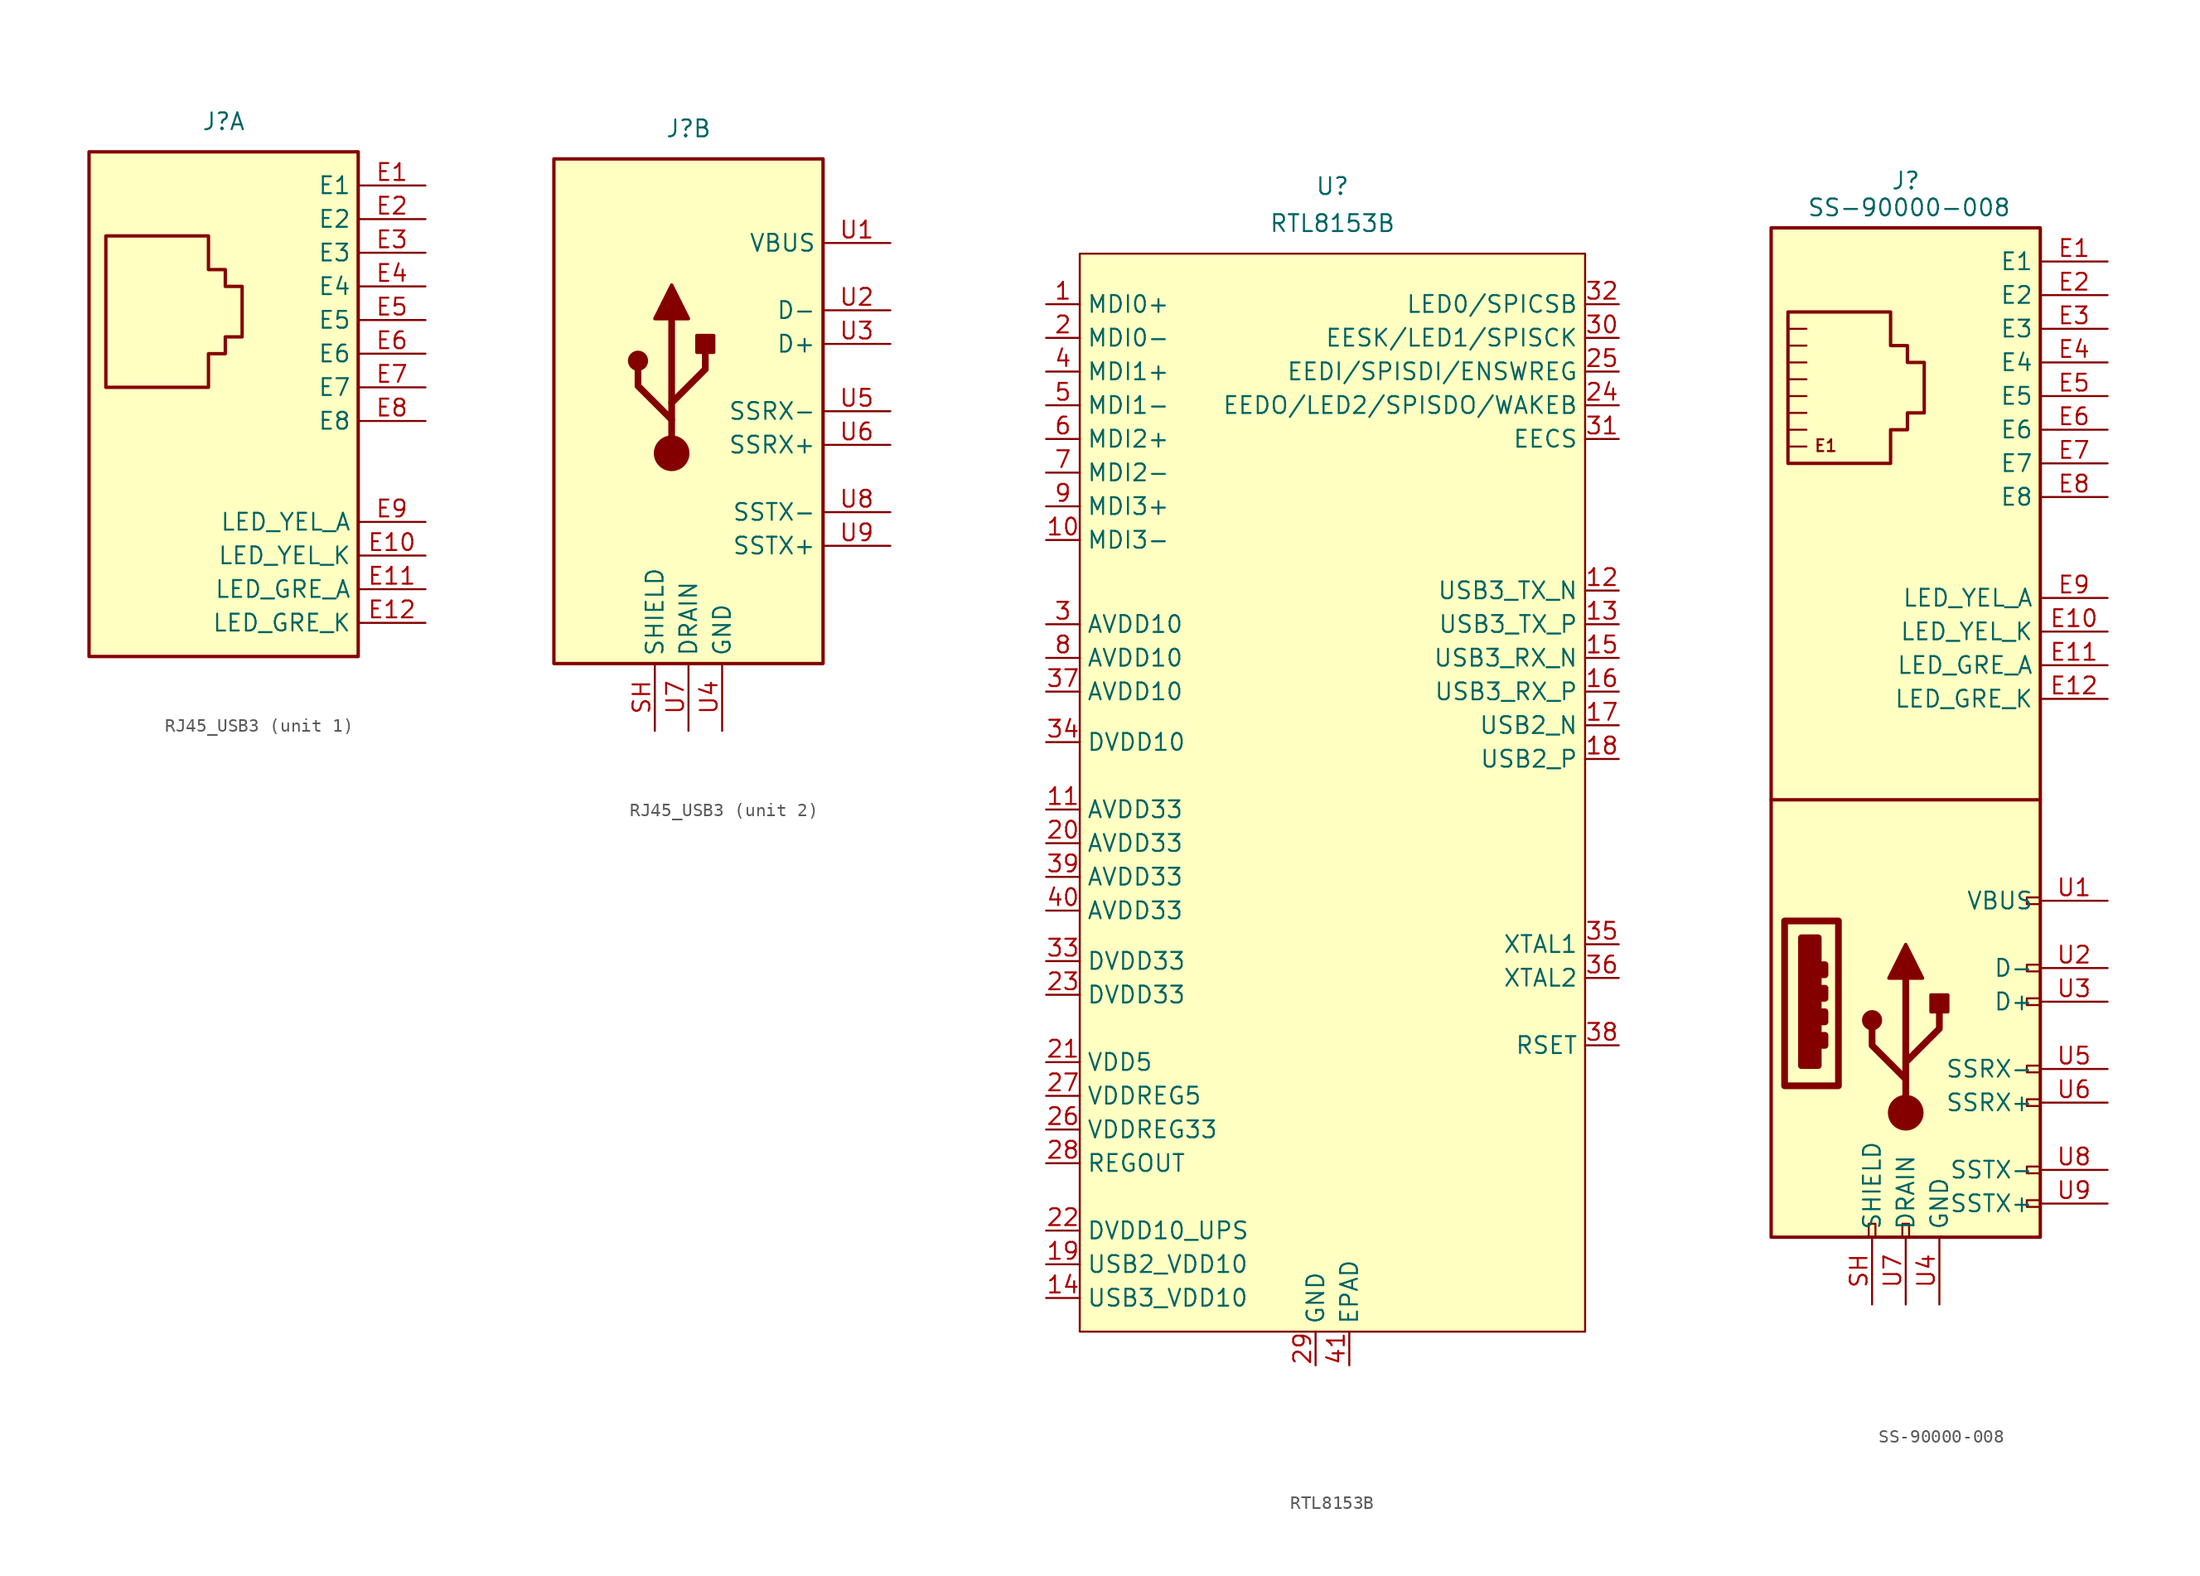
<source format=kicad_sym>
(kicad_symbol_lib
  (version 20231120)
  (generator "kicad_symbol_editor")
  (generator_version "8.0")
  (symbol "RJ45_USB3"
    (property "Reference" "J"
      (at 0 17.526 0)
      (effects (font (size 1.27 1.27))))
    (property "Value" ""
      (at -1.27 6.477 0)
      (effects (font (size 1.27 1.27))))
    (property "ki_locked" ""
      (at 0 0 0)
      (effects (font (size 1.27 1.27))))
    (symbol "RJ45_USB3_0_1"
      (rectangle (start -10.16 15.24) (end 10.16 -22.86) (stroke (width 0.254) (type default)) (fill (type background))))
    (symbol "RJ45_USB3_1_1"
      (polyline (pts (xy -8.89 -2.54) (xy -8.89 8.89) (xy -1.143 8.89) (xy -1.143 6.35) (xy 0.127 6.35) (xy 0.127 5.08) (xy 1.397 5.08) (xy 1.397 1.27) (xy 0.127 1.27) (xy 0.127 0) (xy -1.143 0) (xy -1.143 -2.54) (xy -8.89 -2.54)) (stroke (width 0.254) (type default)) (fill (type none)))
      (pin passive line (at 15.24 12.7 180) (length 5.08) (name "E1" (effects (font (size 1.27 1.27)))) (number "E1" (effects (font (size 1.27 1.27)))))
      (pin passive line (at 15.24 -15.24 180) (length 5.08) (name "LED_YEL_K" (effects (font (size 1.27 1.27)))) (number "E10" (effects (font (size 1.27 1.27)))))
      (pin passive line (at 15.24 -17.78 180) (length 5.08) (name "LED_GRE_A" (effects (font (size 1.27 1.27)))) (number "E11" (effects (font (size 1.27 1.27)))))
      (pin passive line (at 15.24 -20.32 180) (length 5.08) (name "LED_GRE_K" (effects (font (size 1.27 1.27)))) (number "E12" (effects (font (size 1.27 1.27)))))
      (pin passive line (at 15.24 10.16 180) (length 5.08) (name "E2" (effects (font (size 1.27 1.27)))) (number "E2" (effects (font (size 1.27 1.27)))))
      (pin passive line (at 15.24 7.62 180) (length 5.08) (name "E3" (effects (font (size 1.27 1.27)))) (number "E3" (effects (font (size 1.27 1.27)))))
      (pin passive line (at 15.24 5.08 180) (length 5.08) (name "E4" (effects (font (size 1.27 1.27)))) (number "E4" (effects (font (size 1.27 1.27)))))
      (pin passive line (at 15.24 2.54 180) (length 5.08) (name "E5" (effects (font (size 1.27 1.27)))) (number "E5" (effects (font (size 1.27 1.27)))))
      (pin passive line (at 15.24 0 180) (length 5.08) (name "E6" (effects (font (size 1.27 1.27)))) (number "E6" (effects (font (size 1.27 1.27)))))
      (pin passive line (at 15.24 -2.54 180) (length 5.08) (name "E7" (effects (font (size 1.27 1.27)))) (number "E7" (effects (font (size 1.27 1.27)))))
      (pin passive line (at 15.24 -5.08 180) (length 5.08) (name "E8" (effects (font (size 1.27 1.27)))) (number "E8" (effects (font (size 1.27 1.27)))))
      (pin passive line (at 15.24 -12.7 180) (length 5.08) (name "LED_YEL_A" (effects (font (size 1.27 1.27)))) (number "E9" (effects (font (size 1.27 1.27))))))
    (symbol "RJ45_USB3_2_1"
      (circle (center -3.81 0) (radius 0.635) (stroke (width 0.254) (type default)) (fill (type outline)))
      (circle (center -1.27 -6.985) (radius 1.27) (stroke (width 0) (type default)) (fill (type outline)))
      (polyline (pts (xy -1.27 -6.985) (xy -1.27 3.175)) (stroke (width 0.508) (type default)) (fill (type none)))
      (polyline (pts (xy -1.27 -4.445) (xy -3.81 -1.905) (xy -3.81 -0.635)) (stroke (width 0.508) (type default)) (fill (type none)))
      (polyline (pts (xy -1.27 -3.175) (xy 1.27 -0.635) (xy 1.27 0.635)) (stroke (width 0.508) (type default)) (fill (type none)))
      (polyline (pts (xy -2.54 3.175) (xy -1.27 5.715) (xy 0 3.175) (xy -2.54 3.175)) (stroke (width 0.254) (type default)) (fill (type outline)))
      (rectangle (start 0.635 0.635) (end 1.905 1.905) (stroke (width 0.254) (type default)) (fill (type outline)))
      (pin passive line (at -2.54 -27.94 90) (length 5.08) (name "SHIELD" (effects (font (size 1.27 1.27)))) (number "SH" (effects (font (size 1.27 1.27)))))
      (pin power_in line (at 15.24 8.89 180) (length 5.08) (name "VBUS" (effects (font (size 1.27 1.27)))) (number "U1" (effects (font (size 1.27 1.27)))))
      (pin bidirectional line (at 15.24 3.81 180) (length 5.08) (name "D-" (effects (font (size 1.27 1.27)))) (number "U2" (effects (font (size 1.27 1.27)))))
      (pin bidirectional line (at 15.24 1.27 180) (length 5.08) (name "D+" (effects (font (size 1.27 1.27)))) (number "U3" (effects (font (size 1.27 1.27)))))
      (pin power_in line (at 2.54 -27.94 90) (length 5.08) (name "GND" (effects (font (size 1.27 1.27)))) (number "U4" (effects (font (size 1.27 1.27)))))
      (pin output line (at 15.24 -3.81 180) (length 5.08) (name "SSRX-" (effects (font (size 1.27 1.27)))) (number "U5" (effects (font (size 1.27 1.27)))))
      (pin output line (at 15.24 -6.35 180) (length 5.08) (name "SSRX+" (effects (font (size 1.27 1.27)))) (number "U6" (effects (font (size 1.27 1.27)))))
      (pin passive line (at 0 -27.94 90) (length 5.08) (name "DRAIN" (effects (font (size 1.27 1.27)))) (number "U7" (effects (font (size 1.27 1.27)))))
      (pin input line (at 15.24 -11.43 180) (length 5.08) (name "SSTX-" (effects (font (size 1.27 1.27)))) (number "U8" (effects (font (size 1.27 1.27)))))
      (pin input line (at 15.24 -13.97 180) (length 5.08) (name "SSTX+" (effects (font (size 1.27 1.27)))) (number "U9" (effects (font (size 1.27 1.27)))))))
  (symbol "RTL8153B"
    (property "Reference" "U"
      (at 0 45.72 0)
      (effects (font (size 1.27 1.27))))
    (property "Value" "RTL8153B"
      (at 0 42.926 0)
      (effects (font (size 1.27 1.27))))
    (symbol "RTL8153B_1_1"
      (rectangle (start -19.05 40.64) (end 19.05 -40.64) (stroke (width 0) (type default)) (fill (type background)))
      (pin passive line (at -21.59 36.83 0) (length 2.54) (name "MDI0+" (effects (font (size 1.27 1.27)))) (number "1" (effects (font (size 1.27 1.27)))))
      (pin passive line (at -21.59 19.05 0) (length 2.54) (name "MDI3-" (effects (font (size 1.27 1.27)))) (number "10" (effects (font (size 1.27 1.27)))))
      (pin power_in line (at -21.59 -1.27 0) (length 2.54) (name "AVDD33" (effects (font (size 1.27 1.27)))) (number "11" (effects (font (size 1.27 1.27)))))
      (pin bidirectional line (at 21.59 15.24 180) (length 2.54) (name "USB3_TX_N" (effects (font (size 1.27 1.27)))) (number "12" (effects (font (size 1.27 1.27)))))
      (pin bidirectional line (at 21.59 12.7 180) (length 2.54) (name "USB3_TX_P" (effects (font (size 1.27 1.27)))) (number "13" (effects (font (size 1.27 1.27)))))
      (pin power_in line (at -21.59 -38.1 0) (length 2.54) (name "USB3_VDD10" (effects (font (size 1.27 1.27)))) (number "14" (effects (font (size 1.27 1.27)))))
      (pin bidirectional line (at 21.59 10.16 180) (length 2.54) (name "USB3_RX_N" (effects (font (size 1.27 1.27)))) (number "15" (effects (font (size 1.27 1.27)))))
      (pin bidirectional line (at 21.59 7.62 180) (length 2.54) (name "USB3_RX_P" (effects (font (size 1.27 1.27)))) (number "16" (effects (font (size 1.27 1.27)))))
      (pin bidirectional line (at 21.59 5.08 180) (length 2.54) (name "USB2_N" (effects (font (size 1.27 1.27)))) (number "17" (effects (font (size 1.27 1.27)))))
      (pin bidirectional line (at 21.59 2.54 180) (length 2.54) (name "USB2_P" (effects (font (size 1.27 1.27)))) (number "18" (effects (font (size 1.27 1.27)))))
      (pin power_in line (at -21.59 -35.56 0) (length 2.54) (name "USB2_VDD10" (effects (font (size 1.27 1.27)))) (number "19" (effects (font (size 1.27 1.27)))))
      (pin passive line (at -21.59 34.29 0) (length 2.54) (name "MDI0-" (effects (font (size 1.27 1.27)))) (number "2" (effects (font (size 1.27 1.27)))))
      (pin power_in line (at -21.59 -3.81 0) (length 2.54) (name "AVDD33" (effects (font (size 1.27 1.27)))) (number "20" (effects (font (size 1.27 1.27)))))
      (pin power_in line (at -21.59 -20.32 0) (length 2.54) (name "VDD5" (effects (font (size 1.27 1.27)))) (number "21" (effects (font (size 1.27 1.27)))))
      (pin power_in line (at -21.59 -33.02 0) (length 2.54) (name "DVDD10_UPS" (effects (font (size 1.27 1.27)))) (number "22" (effects (font (size 1.27 1.27)))))
      (pin power_in line (at -21.59 -15.24 0) (length 2.54) (name "DVDD33" (effects (font (size 1.27 1.27)))) (number "23" (effects (font (size 1.27 1.27)))))
      (pin bidirectional line (at 21.59 29.21 180) (length 2.54) (name "EEDO/LED2/SPISDO/WAKEB" (effects (font (size 1.27 1.27)))) (number "24" (effects (font (size 1.27 1.27)))))
      (pin bidirectional line (at 21.59 31.75 180) (length 2.54) (name "EEDI/SPISDI/ENSWREG" (effects (font (size 1.27 1.27)))) (number "25" (effects (font (size 1.27 1.27)))))
      (pin power_in line (at -21.59 -25.4 0) (length 2.54) (name "VDDREG33" (effects (font (size 1.27 1.27)))) (number "26" (effects (font (size 1.27 1.27)))))
      (pin power_in line (at -21.59 -22.86 0) (length 2.54) (name "VDDREG5" (effects (font (size 1.27 1.27)))) (number "27" (effects (font (size 1.27 1.27)))))
      (pin power_in line (at -21.59 -27.94 0) (length 2.54) (name "REGOUT" (effects (font (size 1.27 1.27)))) (number "28" (effects (font (size 1.27 1.27)))))
      (pin input line (at -1.27 -43.18 90) (length 2.54) (name "GND" (effects (font (size 1.27 1.27)))) (number "29" (effects (font (size 1.27 1.27)))))
      (pin power_in line (at -21.59 12.7 0) (length 2.54) (name "AVDD10" (effects (font (size 1.27 1.27)))) (number "3" (effects (font (size 1.27 1.27)))))
      (pin bidirectional line (at 21.59 34.29 180) (length 2.54) (name "EESK/LED1/SPISCK" (effects (font (size 1.27 1.27)))) (number "30" (effects (font (size 1.27 1.27)))))
      (pin bidirectional line (at 21.59 26.67 180) (length 2.54) (name "EECS" (effects (font (size 1.27 1.27)))) (number "31" (effects (font (size 1.27 1.27)))))
      (pin bidirectional line (at 21.59 36.83 180) (length 2.54) (name "LED0/SPICSB" (effects (font (size 1.27 1.27)))) (number "32" (effects (font (size 1.27 1.27)))))
      (pin power_in line (at -21.59 -12.7 0) (length 2.54) (name "DVDD33" (effects (font (size 1.27 1.27)))) (number "33" (effects (font (size 1.27 1.27)))))
      (pin power_in line (at -21.59 3.81 0) (length 2.54) (name "DVDD10" (effects (font (size 1.27 1.27)))) (number "34" (effects (font (size 1.27 1.27)))))
      (pin passive line (at 21.59 -11.43 180) (length 2.54) (name "XTAL1" (effects (font (size 1.27 1.27)))) (number "35" (effects (font (size 1.27 1.27)))))
      (pin passive line (at 21.59 -13.97 180) (length 2.54) (name "XTAL2" (effects (font (size 1.27 1.27)))) (number "36" (effects (font (size 1.27 1.27)))))
      (pin power_in line (at -21.59 7.62 0) (length 2.54) (name "AVDD10" (effects (font (size 1.27 1.27)))) (number "37" (effects (font (size 1.27 1.27)))))
      (pin passive line (at 21.59 -19.05 180) (length 2.54) (name "RSET" (effects (font (size 1.27 1.27)))) (number "38" (effects (font (size 1.27 1.27)))))
      (pin power_in line (at -21.59 -6.35 0) (length 2.54) (name "AVDD33" (effects (font (size 1.27 1.27)))) (number "39" (effects (font (size 1.27 1.27)))))
      (pin passive line (at -21.59 31.75 0) (length 2.54) (name "MDI1+" (effects (font (size 1.27 1.27)))) (number "4" (effects (font (size 1.27 1.27)))))
      (pin power_in line (at -21.59 -8.89 0) (length 2.54) (name "AVDD33" (effects (font (size 1.27 1.27)))) (number "40" (effects (font (size 1.27 1.27)))))
      (pin input line (at 1.27 -43.18 90) (length 2.54) (name "EPAD" (effects (font (size 1.27 1.27)))) (number "41" (effects (font (size 1.27 1.27)))))
      (pin passive line (at -21.59 29.21 0) (length 2.54) (name "MDI1-" (effects (font (size 1.27 1.27)))) (number "5" (effects (font (size 1.27 1.27)))))
      (pin passive line (at -21.59 26.67 0) (length 2.54) (name "MDI2+" (effects (font (size 1.27 1.27)))) (number "6" (effects (font (size 1.27 1.27)))))
      (pin passive line (at -21.59 24.13 0) (length 2.54) (name "MDI2-" (effects (font (size 1.27 1.27)))) (number "7" (effects (font (size 1.27 1.27)))))
      (pin power_in line (at -21.59 10.16 0) (length 2.54) (name "AVDD10" (effects (font (size 1.27 1.27)))) (number "8" (effects (font (size 1.27 1.27)))))
      (pin passive line (at -21.59 21.59 0) (length 2.54) (name "MDI3+" (effects (font (size 1.27 1.27)))) (number "9" (effects (font (size 1.27 1.27)))))))
  (symbol "SS-90000-008"
    (property "Reference" "J"
      (at 0 46.736 0)
      (effects (font (size 1.27 1.27))))
    (property "Value" "SS-90000-008"
      (at 0.254 44.704 0)
      (effects (font (size 1.27 1.27))))
    (symbol "SS-90000-008_0_0"
      (rectangle (start -9.144 -9.144) (end -5.08 -21.59) (stroke (width 0.508) (type default)) (fill (type none)))
      (rectangle (start -7.874 -10.414) (end -6.604 -20.066) (stroke (width 0.508) (type default)) (fill (type outline)))
      (rectangle (start -6.35 -17.78) (end -6.096 -18.542) (stroke (width 0.508) (type default)) (fill (type none)))
      (rectangle (start -6.35 -16.002) (end -6.096 -16.764) (stroke (width 0.508) (type default)) (fill (type none)))
      (rectangle (start -6.35 -14.224) (end -6.096 -14.986) (stroke (width 0.508) (type default)) (fill (type none)))
      (rectangle (start -6.35 -12.446) (end -6.096 -13.208) (stroke (width 0.508) (type default)) (fill (type none)))
      (rectangle (start -2.794 -33.02) (end -2.286 -32.004) (stroke (width 0) (type default)) (fill (type none)))
      (rectangle (start -0.254 -33.02) (end 0.254 -32.004) (stroke (width 0) (type default)) (fill (type none)))
      (rectangle (start 10.16 -30.226) (end 9.144 -30.734) (stroke (width 0) (type default)) (fill (type none)))
      (rectangle (start 10.16 -27.686) (end 9.144 -28.194) (stroke (width 0) (type default)) (fill (type none)))
      (rectangle (start 10.16 -22.606) (end 9.144 -23.114) (stroke (width 0) (type default)) (fill (type none)))
      (rectangle (start 10.16 -20.066) (end 9.144 -20.574) (stroke (width 0) (type default)) (fill (type none)))
      (rectangle (start 10.16 -14.986) (end 9.144 -15.494) (stroke (width 0) (type default)) (fill (type none)))
      (rectangle (start 10.16 -12.446) (end 9.144 -12.954) (stroke (width 0) (type default)) (fill (type none)))
      (rectangle (start 10.16 -7.366) (end 9.144 -7.874) (stroke (width 0) (type default)) (fill (type none))))
    (symbol "SS-90000-008_0_1"
      (rectangle (start -10.16 43.18) (end 10.16 -33.02) (stroke (width 0.254) (type default)) (fill (type background)))
      (polyline (pts (xy -8.763 27.94) (xy -7.493 27.94)) (stroke (width 0) (type default)) (fill (type none)))
      (polyline (pts (xy -8.763 29.21) (xy -7.493 29.21)) (stroke (width 0) (type default)) (fill (type none)))
      (polyline (pts (xy -8.763 30.48) (xy -7.493 30.48)) (stroke (width 0) (type default)) (fill (type none)))
      (polyline (pts (xy -8.763 31.75) (xy -7.493 31.75)) (stroke (width 0) (type default)) (fill (type none)))
      (polyline (pts (xy -8.763 33.02) (xy -7.493 33.02)) (stroke (width 0) (type default)) (fill (type none)))
      (polyline (pts (xy -7.493 26.67) (xy -8.763 26.67)) (stroke (width 0) (type default)) (fill (type none)))
      (polyline (pts (xy -7.493 34.29) (xy -8.763 34.29)) (stroke (width 0) (type default)) (fill (type none)))
      (polyline (pts (xy -7.493 35.56) (xy -8.763 35.56)) (stroke (width 0) (type default)) (fill (type none))))
    (symbol "SS-90000-008_1_0"
      (text "E1" (at -6.032 26.733 0) (effects (font (size 0.889 0.889)))))
    (symbol "SS-90000-008_1_1"
      (circle (center -2.54 -16.637) (radius 0.635) (stroke (width 0.254) (type default)) (fill (type outline)))
      (circle (center 0 -23.622) (radius 1.27) (stroke (width 0) (type default)) (fill (type outline)))
      (polyline (pts (xy -10.16 0) (xy 10.16 0)) (stroke (width 0.254) (type default)) (fill (type none)))
      (polyline (pts (xy 0 -23.622) (xy 0 -13.462)) (stroke (width 0.508) (type default)) (fill (type none)))
      (polyline (pts (xy 0 -21.082) (xy -2.54 -18.542) (xy -2.54 -17.272)) (stroke (width 0.508) (type default)) (fill (type none)))
      (polyline (pts (xy 0 -19.812) (xy 2.54 -17.272) (xy 2.54 -16.002)) (stroke (width 0.508) (type default)) (fill (type none)))
      (polyline (pts (xy -1.27 -13.462) (xy 0 -10.922) (xy 1.27 -13.462) (xy -1.27 -13.462)) (stroke (width 0.254) (type default)) (fill (type outline)))
      (polyline (pts (xy -8.89 25.4) (xy -8.89 36.83) (xy -1.143 36.83) (xy -1.143 34.29) (xy 0.127 34.29) (xy 0.127 33.02) (xy 1.397 33.02) (xy 1.397 29.21) (xy 0.127 29.21) (xy 0.127 27.94) (xy -1.143 27.94) (xy -1.143 25.4) (xy -8.89 25.4)) (stroke (width 0.254) (type default)) (fill (type none)))
      (rectangle (start 1.905 -16.002) (end 3.175 -14.732) (stroke (width 0.254) (type default)) (fill (type outline)))
      (pin passive line (at 15.24 40.64 180) (length 5.08) (name "E1" (effects (font (size 1.27 1.27)))) (number "E1" (effects (font (size 1.27 1.27)))))
      (pin passive line (at 15.24 12.7 180) (length 5.08) (name "LED_YEL_K" (effects (font (size 1.27 1.27)))) (number "E10" (effects (font (size 1.27 1.27)))))
      (pin passive line (at 15.24 10.16 180) (length 5.08) (name "LED_GRE_A" (effects (font (size 1.27 1.27)))) (number "E11" (effects (font (size 1.27 1.27)))))
      (pin passive line (at 15.24 7.62 180) (length 5.08) (name "LED_GRE_K" (effects (font (size 1.27 1.27)))) (number "E12" (effects (font (size 1.27 1.27)))))
      (pin passive line (at 15.24 38.1 180) (length 5.08) (name "E2" (effects (font (size 1.27 1.27)))) (number "E2" (effects (font (size 1.27 1.27)))))
      (pin passive line (at 15.24 35.56 180) (length 5.08) (name "E3" (effects (font (size 1.27 1.27)))) (number "E3" (effects (font (size 1.27 1.27)))))
      (pin passive line (at 15.24 33.02 180) (length 5.08) (name "E4" (effects (font (size 1.27 1.27)))) (number "E4" (effects (font (size 1.27 1.27)))))
      (pin passive line (at 15.24 30.48 180) (length 5.08) (name "E5" (effects (font (size 1.27 1.27)))) (number "E5" (effects (font (size 1.27 1.27)))))
      (pin passive line (at 15.24 27.94 180) (length 5.08) (name "E6" (effects (font (size 1.27 1.27)))) (number "E6" (effects (font (size 1.27 1.27)))))
      (pin passive line (at 15.24 25.4 180) (length 5.08) (name "E7" (effects (font (size 1.27 1.27)))) (number "E7" (effects (font (size 1.27 1.27)))))
      (pin passive line (at 15.24 22.86 180) (length 5.08) (name "E8" (effects (font (size 1.27 1.27)))) (number "E8" (effects (font (size 1.27 1.27)))))
      (pin passive line (at 15.24 15.24 180) (length 5.08) (name "LED_YEL_A" (effects (font (size 1.27 1.27)))) (number "E9" (effects (font (size 1.27 1.27)))))
      (pin passive line (at -2.54 -38.1 90) (length 5.08) (name "SHIELD" (effects (font (size 1.27 1.27)))) (number "SH" (effects (font (size 1.27 1.27)))))
      (pin power_in line (at 15.24 -7.62 180) (length 5.08) (name "VBUS" (effects (font (size 1.27 1.27)))) (number "U1" (effects (font (size 1.27 1.27)))))
      (pin bidirectional line (at 15.24 -12.7 180) (length 5.08) (name "D-" (effects (font (size 1.27 1.27)))) (number "U2" (effects (font (size 1.27 1.27)))))
      (pin bidirectional line (at 15.24 -15.24 180) (length 5.08) (name "D+" (effects (font (size 1.27 1.27)))) (number "U3" (effects (font (size 1.27 1.27)))))
      (pin power_in line (at 2.54 -38.1 90) (length 5.08) (name "GND" (effects (font (size 1.27 1.27)))) (number "U4" (effects (font (size 1.27 1.27)))))
      (pin output line (at 15.24 -20.32 180) (length 5.08) (name "SSRX-" (effects (font (size 1.27 1.27)))) (number "U5" (effects (font (size 1.27 1.27)))))
      (pin output line (at 15.24 -22.86 180) (length 5.08) (name "SSRX+" (effects (font (size 1.27 1.27)))) (number "U6" (effects (font (size 1.27 1.27)))))
      (pin passive line (at 0 -38.1 90) (length 5.08) (name "DRAIN" (effects (font (size 1.27 1.27)))) (number "U7" (effects (font (size 1.27 1.27)))))
      (pin input line (at 15.24 -27.94 180) (length 5.08) (name "SSTX-" (effects (font (size 1.27 1.27)))) (number "U8" (effects (font (size 1.27 1.27)))))
      (pin input line (at 15.24 -30.48 180) (length 5.08) (name "SSTX+" (effects (font (size 1.27 1.27)))) (number "U9" (effects (font (size 1.27 1.27))))))))
</source>
